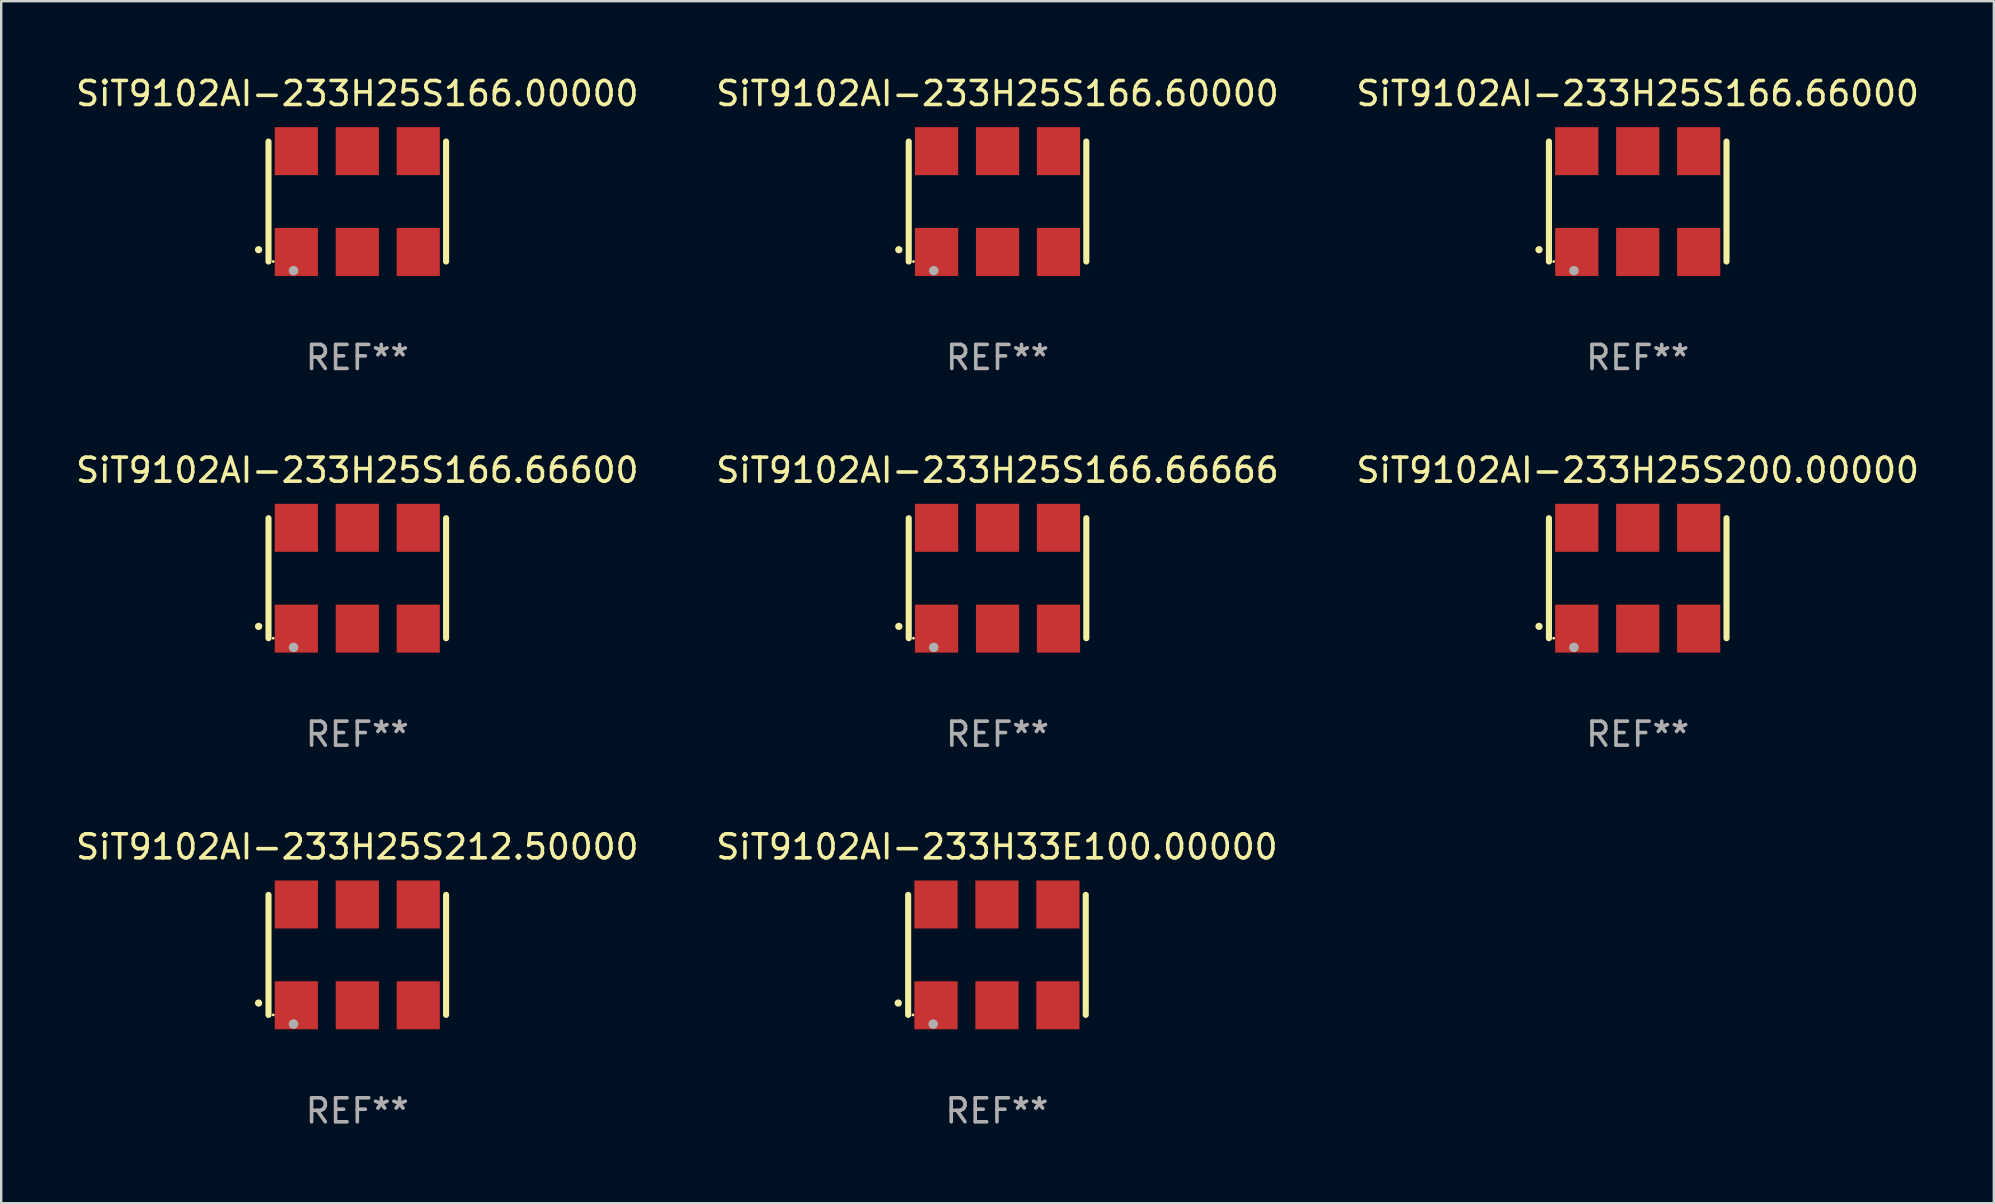
<source format=kicad_pcb>
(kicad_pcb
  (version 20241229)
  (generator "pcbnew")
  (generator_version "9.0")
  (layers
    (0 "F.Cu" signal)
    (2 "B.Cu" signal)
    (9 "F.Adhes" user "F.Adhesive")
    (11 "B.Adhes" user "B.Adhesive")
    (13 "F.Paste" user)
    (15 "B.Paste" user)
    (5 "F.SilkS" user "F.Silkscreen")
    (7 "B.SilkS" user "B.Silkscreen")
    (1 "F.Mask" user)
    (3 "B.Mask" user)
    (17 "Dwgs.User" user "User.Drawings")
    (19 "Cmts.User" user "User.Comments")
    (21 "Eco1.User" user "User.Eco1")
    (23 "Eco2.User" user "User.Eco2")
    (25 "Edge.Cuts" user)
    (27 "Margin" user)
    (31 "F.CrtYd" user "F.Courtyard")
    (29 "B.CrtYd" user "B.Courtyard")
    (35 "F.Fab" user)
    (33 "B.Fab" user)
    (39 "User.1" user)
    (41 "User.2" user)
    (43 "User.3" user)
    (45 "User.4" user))
  (footprint "SiT9102AI-233H25S166.66600"
    (layer "F.Cu")
    (at 11.839 21.045)
    (property "Reference" "SiT9102AI-233H25S166.66600" (at 0 -4.5 0) (layer "F.SilkS") (effects (font (size 1 1) (thickness 0.15))))
    (attr through_hole)
    (fp_line (start -3.7 -2.5) (end -3.7 2.5) (stroke (width 0.254) (type solid)) (layer "F.SilkS"))
    (fp_line (start 3.7 -2.5) (end 3.7 2.5) (stroke (width 0.254) (type solid)) (layer "F.SilkS"))
    (fp_arc (start -4.114415 2.006604) (mid -4.113145 2.006599) (end -4.111875 2.006604) (stroke (width 0.3) (type solid)) (layer "F.SilkS"))
    (fp_circle (center -3.502 2.5) (end -3.472 2.5) (stroke (width 0.06) (type solid)) (fill no) (layer "F.SilkS"))
    (fp_circle (center -2.657 2.882) (end -2.557 2.882) (stroke (width 0.2) (type solid)) (fill no) (layer "F.Fab"))
    (fp_text user "REF**" (at 0 6.5 0) (layer "F.Fab") (effects (font (size 1 1) (thickness 0.15))))
    (pad "1" smd rect (at -2.54 2.1) (size 1.8 2) (layers "F.Cu" "F.Mask" "F.Paste"))
    (pad "2" smd rect (at 0.000394 2.1) (size 1.8 2) (layers "F.Cu" "F.Mask" "F.Paste"))
    (pad "3" smd rect (at 2.54 2.1) (size 1.8 2) (layers "F.Cu" "F.Mask" "F.Paste"))
    (pad "4" smd rect (at 2.54 -2.1) (size 1.8 2) (layers "F.Cu" "F.Mask" "F.Paste"))
    (pad "5" smd rect (at 0.000394 -2.1) (size 1.8 2) (layers "F.Cu" "F.Mask" "F.Paste"))
    (pad "6" smd rect (at -2.54 -2.1) (size 1.8 2) (layers "F.Cu" "F.Mask" "F.Paste")))
  (footprint "SiT9102AI-233H25S166.00000"
    (layer "F.Cu")
    (at 11.839 5.348)
    (property "Reference" "SiT9102AI-233H25S166.00000" (at 0 -4.5 0) (layer "F.SilkS") (effects (font (size 1 1) (thickness 0.15))))
    (attr through_hole)
    (fp_line (start -3.7 -2.5) (end -3.7 2.5) (stroke (width 0.254) (type solid)) (layer "F.SilkS"))
    (fp_line (start 3.7 -2.5) (end 3.7 2.5) (stroke (width 0.254) (type solid)) (layer "F.SilkS"))
    (fp_arc (start -4.114415 2.006604) (mid -4.113145 2.006599) (end -4.111875 2.006604) (stroke (width 0.3) (type solid)) (layer "F.SilkS"))
    (fp_circle (center -3.502 2.5) (end -3.472 2.5) (stroke (width 0.06) (type solid)) (fill no) (layer "F.SilkS"))
    (fp_circle (center -2.657 2.882) (end -2.557 2.882) (stroke (width 0.2) (type solid)) (fill no) (layer "F.Fab"))
    (fp_text user "REF**" (at 0 6.5 0) (layer "F.Fab") (effects (font (size 1 1) (thickness 0.15))))
    (pad "1" smd rect (at -2.54 2.1) (size 1.8 2) (layers "F.Cu" "F.Mask" "F.Paste"))
    (pad "2" smd rect (at 0.000394 2.1) (size 1.8 2) (layers "F.Cu" "F.Mask" "F.Paste"))
    (pad "3" smd rect (at 2.54 2.1) (size 1.8 2) (layers "F.Cu" "F.Mask" "F.Paste"))
    (pad "4" smd rect (at 2.54 -2.1) (size 1.8 2) (layers "F.Cu" "F.Mask" "F.Paste"))
    (pad "5" smd rect (at 0.000394 -2.1) (size 1.8 2) (layers "F.Cu" "F.Mask" "F.Paste"))
    (pad "6" smd rect (at -2.54 -2.1) (size 1.8 2) (layers "F.Cu" "F.Mask" "F.Paste")))
  (footprint "SiT9102AI-233H33E100.00000"
    (layer "F.Cu")
    (at 38.494 36.741)
    (property "Reference" "SiT9102AI-233H33E100.00000" (at 0 -4.5 0) (layer "F.SilkS") (effects (font (size 1 1) (thickness 0.15))))
    (attr through_hole)
    (fp_line (start -3.7 -2.5) (end -3.7 2.5) (stroke (width 0.254) (type solid)) (layer "F.SilkS"))
    (fp_line (start 3.7 -2.5) (end 3.7 2.5) (stroke (width 0.254) (type solid)) (layer "F.SilkS"))
    (fp_arc (start -4.114415 2.006604) (mid -4.113145 2.006599) (end -4.111875 2.006604) (stroke (width 0.3) (type solid)) (layer "F.SilkS"))
    (fp_circle (center -3.502 2.5) (end -3.472 2.5) (stroke (width 0.06) (type solid)) (fill no) (layer "F.SilkS"))
    (fp_circle (center -2.657 2.882) (end -2.557 2.882) (stroke (width 0.2) (type solid)) (fill no) (layer "F.Fab"))
    (fp_text user "REF**" (at 0 6.5 0) (layer "F.Fab") (effects (font (size 1 1) (thickness 0.15))))
    (pad "1" smd rect (at -2.54 2.1) (size 1.8 2) (layers "F.Cu" "F.Mask" "F.Paste"))
    (pad "2" smd rect (at 0.000394 2.1) (size 1.8 2) (layers "F.Cu" "F.Mask" "F.Paste"))
    (pad "3" smd rect (at 2.54 2.1) (size 1.8 2) (layers "F.Cu" "F.Mask" "F.Paste"))
    (pad "4" smd rect (at 2.54 -2.1) (size 1.8 2) (layers "F.Cu" "F.Mask" "F.Paste"))
    (pad "5" smd rect (at 0.000394 -2.1) (size 1.8 2) (layers "F.Cu" "F.Mask" "F.Paste"))
    (pad "6" smd rect (at -2.54 -2.1) (size 1.8 2) (layers "F.Cu" "F.Mask" "F.Paste")))
  (footprint "SiT9102AI-233H25S166.60000"
    (layer "F.Cu")
    (at 38.518 5.348)
    (property "Reference" "SiT9102AI-233H25S166.60000" (at 0 -4.5 0) (layer "F.SilkS") (effects (font (size 1 1) (thickness 0.15))))
    (attr through_hole)
    (fp_line (start -3.7 -2.5) (end -3.7 2.5) (stroke (width 0.254) (type solid)) (layer "F.SilkS"))
    (fp_line (start 3.7 -2.5) (end 3.7 2.5) (stroke (width 0.254) (type solid)) (layer "F.SilkS"))
    (fp_arc (start -4.114415 2.006604) (mid -4.113145 2.006599) (end -4.111875 2.006604) (stroke (width 0.3) (type solid)) (layer "F.SilkS"))
    (fp_circle (center -3.502 2.5) (end -3.472 2.5) (stroke (width 0.06) (type solid)) (fill no) (layer "F.SilkS"))
    (fp_circle (center -2.657 2.882) (end -2.557 2.882) (stroke (width 0.2) (type solid)) (fill no) (layer "F.Fab"))
    (fp_text user "REF**" (at 0 6.5 0) (layer "F.Fab") (effects (font (size 1 1) (thickness 0.15))))
    (pad "1" smd rect (at -2.54 2.1) (size 1.8 2) (layers "F.Cu" "F.Mask" "F.Paste"))
    (pad "2" smd rect (at 0.000394 2.1) (size 1.8 2) (layers "F.Cu" "F.Mask" "F.Paste"))
    (pad "3" smd rect (at 2.54 2.1) (size 1.8 2) (layers "F.Cu" "F.Mask" "F.Paste"))
    (pad "4" smd rect (at 2.54 -2.1) (size 1.8 2) (layers "F.Cu" "F.Mask" "F.Paste"))
    (pad "5" smd rect (at 0.000394 -2.1) (size 1.8 2) (layers "F.Cu" "F.Mask" "F.Paste"))
    (pad "6" smd rect (at -2.54 -2.1) (size 1.8 2) (layers "F.Cu" "F.Mask" "F.Paste")))
  (footprint "SiT9102AI-233H25S166.66000"
    (layer "F.Cu")
    (at 65.196 5.348)
    (property "Reference" "SiT9102AI-233H25S166.66000" (at 0 -4.5 0) (layer "F.SilkS") (effects (font (size 1 1) (thickness 0.15))))
    (attr through_hole)
    (fp_line (start -3.7 -2.5) (end -3.7 2.5) (stroke (width 0.254) (type solid)) (layer "F.SilkS"))
    (fp_line (start 3.7 -2.5) (end 3.7 2.5) (stroke (width 0.254) (type solid)) (layer "F.SilkS"))
    (fp_arc (start -4.114415 2.006604) (mid -4.113145 2.006599) (end -4.111875 2.006604) (stroke (width 0.3) (type solid)) (layer "F.SilkS"))
    (fp_circle (center -3.502 2.5) (end -3.472 2.5) (stroke (width 0.06) (type solid)) (fill no) (layer "F.SilkS"))
    (fp_circle (center -2.657 2.882) (end -2.557 2.882) (stroke (width 0.2) (type solid)) (fill no) (layer "F.Fab"))
    (fp_text user "REF**" (at 0 6.5 0) (layer "F.Fab") (effects (font (size 1 1) (thickness 0.15))))
    (pad "1" smd rect (at -2.54 2.1) (size 1.8 2) (layers "F.Cu" "F.Mask" "F.Paste"))
    (pad "2" smd rect (at 0.000394 2.1) (size 1.8 2) (layers "F.Cu" "F.Mask" "F.Paste"))
    (pad "3" smd rect (at 2.54 2.1) (size 1.8 2) (layers "F.Cu" "F.Mask" "F.Paste"))
    (pad "4" smd rect (at 2.54 -2.1) (size 1.8 2) (layers "F.Cu" "F.Mask" "F.Paste"))
    (pad "5" smd rect (at 0.000394 -2.1) (size 1.8 2) (layers "F.Cu" "F.Mask" "F.Paste"))
    (pad "6" smd rect (at -2.54 -2.1) (size 1.8 2) (layers "F.Cu" "F.Mask" "F.Paste")))
  (footprint "SiT9102AI-233H25S166.66666"
    (layer "F.Cu")
    (at 38.518 21.045)
    (property "Reference" "SiT9102AI-233H25S166.66666" (at 0 -4.5 0) (layer "F.SilkS") (effects (font (size 1 1) (thickness 0.15))))
    (attr through_hole)
    (fp_line (start -3.7 -2.5) (end -3.7 2.5) (stroke (width 0.254) (type solid)) (layer "F.SilkS"))
    (fp_line (start 3.7 -2.5) (end 3.7 2.5) (stroke (width 0.254) (type solid)) (layer "F.SilkS"))
    (fp_arc (start -4.114415 2.006604) (mid -4.113145 2.006599) (end -4.111875 2.006604) (stroke (width 0.3) (type solid)) (layer "F.SilkS"))
    (fp_circle (center -3.502 2.5) (end -3.472 2.5) (stroke (width 0.06) (type solid)) (fill no) (layer "F.SilkS"))
    (fp_circle (center -2.657 2.882) (end -2.557 2.882) (stroke (width 0.2) (type solid)) (fill no) (layer "F.Fab"))
    (fp_text user "REF**" (at 0 6.5 0) (layer "F.Fab") (effects (font (size 1 1) (thickness 0.15))))
    (pad "1" smd rect (at -2.54 2.1) (size 1.8 2) (layers "F.Cu" "F.Mask" "F.Paste"))
    (pad "2" smd rect (at 0.000394 2.1) (size 1.8 2) (layers "F.Cu" "F.Mask" "F.Paste"))
    (pad "3" smd rect (at 2.54 2.1) (size 1.8 2) (layers "F.Cu" "F.Mask" "F.Paste"))
    (pad "4" smd rect (at 2.54 -2.1) (size 1.8 2) (layers "F.Cu" "F.Mask" "F.Paste"))
    (pad "5" smd rect (at 0.000394 -2.1) (size 1.8 2) (layers "F.Cu" "F.Mask" "F.Paste"))
    (pad "6" smd rect (at -2.54 -2.1) (size 1.8 2) (layers "F.Cu" "F.Mask" "F.Paste")))
  (footprint "SiT9102AI-233H25S200.00000"
    (layer "F.Cu")
    (at 65.196 21.045)
    (property "Reference" "SiT9102AI-233H25S200.00000" (at 0 -4.5 0) (layer "F.SilkS") (effects (font (size 1 1) (thickness 0.15))))
    (attr through_hole)
    (fp_line (start -3.7 -2.5) (end -3.7 2.5) (stroke (width 0.254) (type solid)) (layer "F.SilkS"))
    (fp_line (start 3.7 -2.5) (end 3.7 2.5) (stroke (width 0.254) (type solid)) (layer "F.SilkS"))
    (fp_arc (start -4.114415 2.006604) (mid -4.113145 2.006599) (end -4.111875 2.006604) (stroke (width 0.3) (type solid)) (layer "F.SilkS"))
    (fp_circle (center -3.502 2.5) (end -3.472 2.5) (stroke (width 0.06) (type solid)) (fill no) (layer "F.SilkS"))
    (fp_circle (center -2.657 2.882) (end -2.557 2.882) (stroke (width 0.2) (type solid)) (fill no) (layer "F.Fab"))
    (fp_text user "REF**" (at 0 6.5 0) (layer "F.Fab") (effects (font (size 1 1) (thickness 0.15))))
    (pad "1" smd rect (at -2.54 2.1) (size 1.8 2) (layers "F.Cu" "F.Mask" "F.Paste"))
    (pad "2" smd rect (at 0.000394 2.1) (size 1.8 2) (layers "F.Cu" "F.Mask" "F.Paste"))
    (pad "3" smd rect (at 2.54 2.1) (size 1.8 2) (layers "F.Cu" "F.Mask" "F.Paste"))
    (pad "4" smd rect (at 2.54 -2.1) (size 1.8 2) (layers "F.Cu" "F.Mask" "F.Paste"))
    (pad "5" smd rect (at 0.000394 -2.1) (size 1.8 2) (layers "F.Cu" "F.Mask" "F.Paste"))
    (pad "6" smd rect (at -2.54 -2.1) (size 1.8 2) (layers "F.Cu" "F.Mask" "F.Paste")))
  (footprint "SiT9102AI-233H25S212.50000"
    (layer "F.Cu")
    (at 11.839 36.741)
    (property "Reference" "SiT9102AI-233H25S212.50000" (at 0 -4.5 0) (layer "F.SilkS") (effects (font (size 1 1) (thickness 0.15))))
    (attr through_hole)
    (fp_line (start -3.7 -2.5) (end -3.7 2.5) (stroke (width 0.254) (type solid)) (layer "F.SilkS"))
    (fp_line (start 3.7 -2.5) (end 3.7 2.5) (stroke (width 0.254) (type solid)) (layer "F.SilkS"))
    (fp_arc (start -4.114415 2.006604) (mid -4.113145 2.006599) (end -4.111875 2.006604) (stroke (width 0.3) (type solid)) (layer "F.SilkS"))
    (fp_circle (center -3.502 2.5) (end -3.472 2.5) (stroke (width 0.06) (type solid)) (fill no) (layer "F.SilkS"))
    (fp_circle (center -2.657 2.882) (end -2.557 2.882) (stroke (width 0.2) (type solid)) (fill no) (layer "F.Fab"))
    (fp_text user "REF**" (at 0 6.5 0) (layer "F.Fab") (effects (font (size 1 1) (thickness 0.15))))
    (pad "1" smd rect (at -2.54 2.1) (size 1.8 2) (layers "F.Cu" "F.Mask" "F.Paste"))
    (pad "2" smd rect (at 0.000394 2.1) (size 1.8 2) (layers "F.Cu" "F.Mask" "F.Paste"))
    (pad "3" smd rect (at 2.54 2.1) (size 1.8 2) (layers "F.Cu" "F.Mask" "F.Paste"))
    (pad "4" smd rect (at 2.54 -2.1) (size 1.8 2) (layers "F.Cu" "F.Mask" "F.Paste"))
    (pad "5" smd rect (at 0.000394 -2.1) (size 1.8 2) (layers "F.Cu" "F.Mask" "F.Paste"))
    (pad "6" smd rect (at -2.54 -2.1) (size 1.8 2) (layers "F.Cu" "F.Mask" "F.Paste")))
  (gr_rect
    (start -3 -3)
    (end 80.036 47.09)
    (stroke (width 0.1) (type default))
    (fill no)
    (layer "Edge.Cuts")))
</source>
